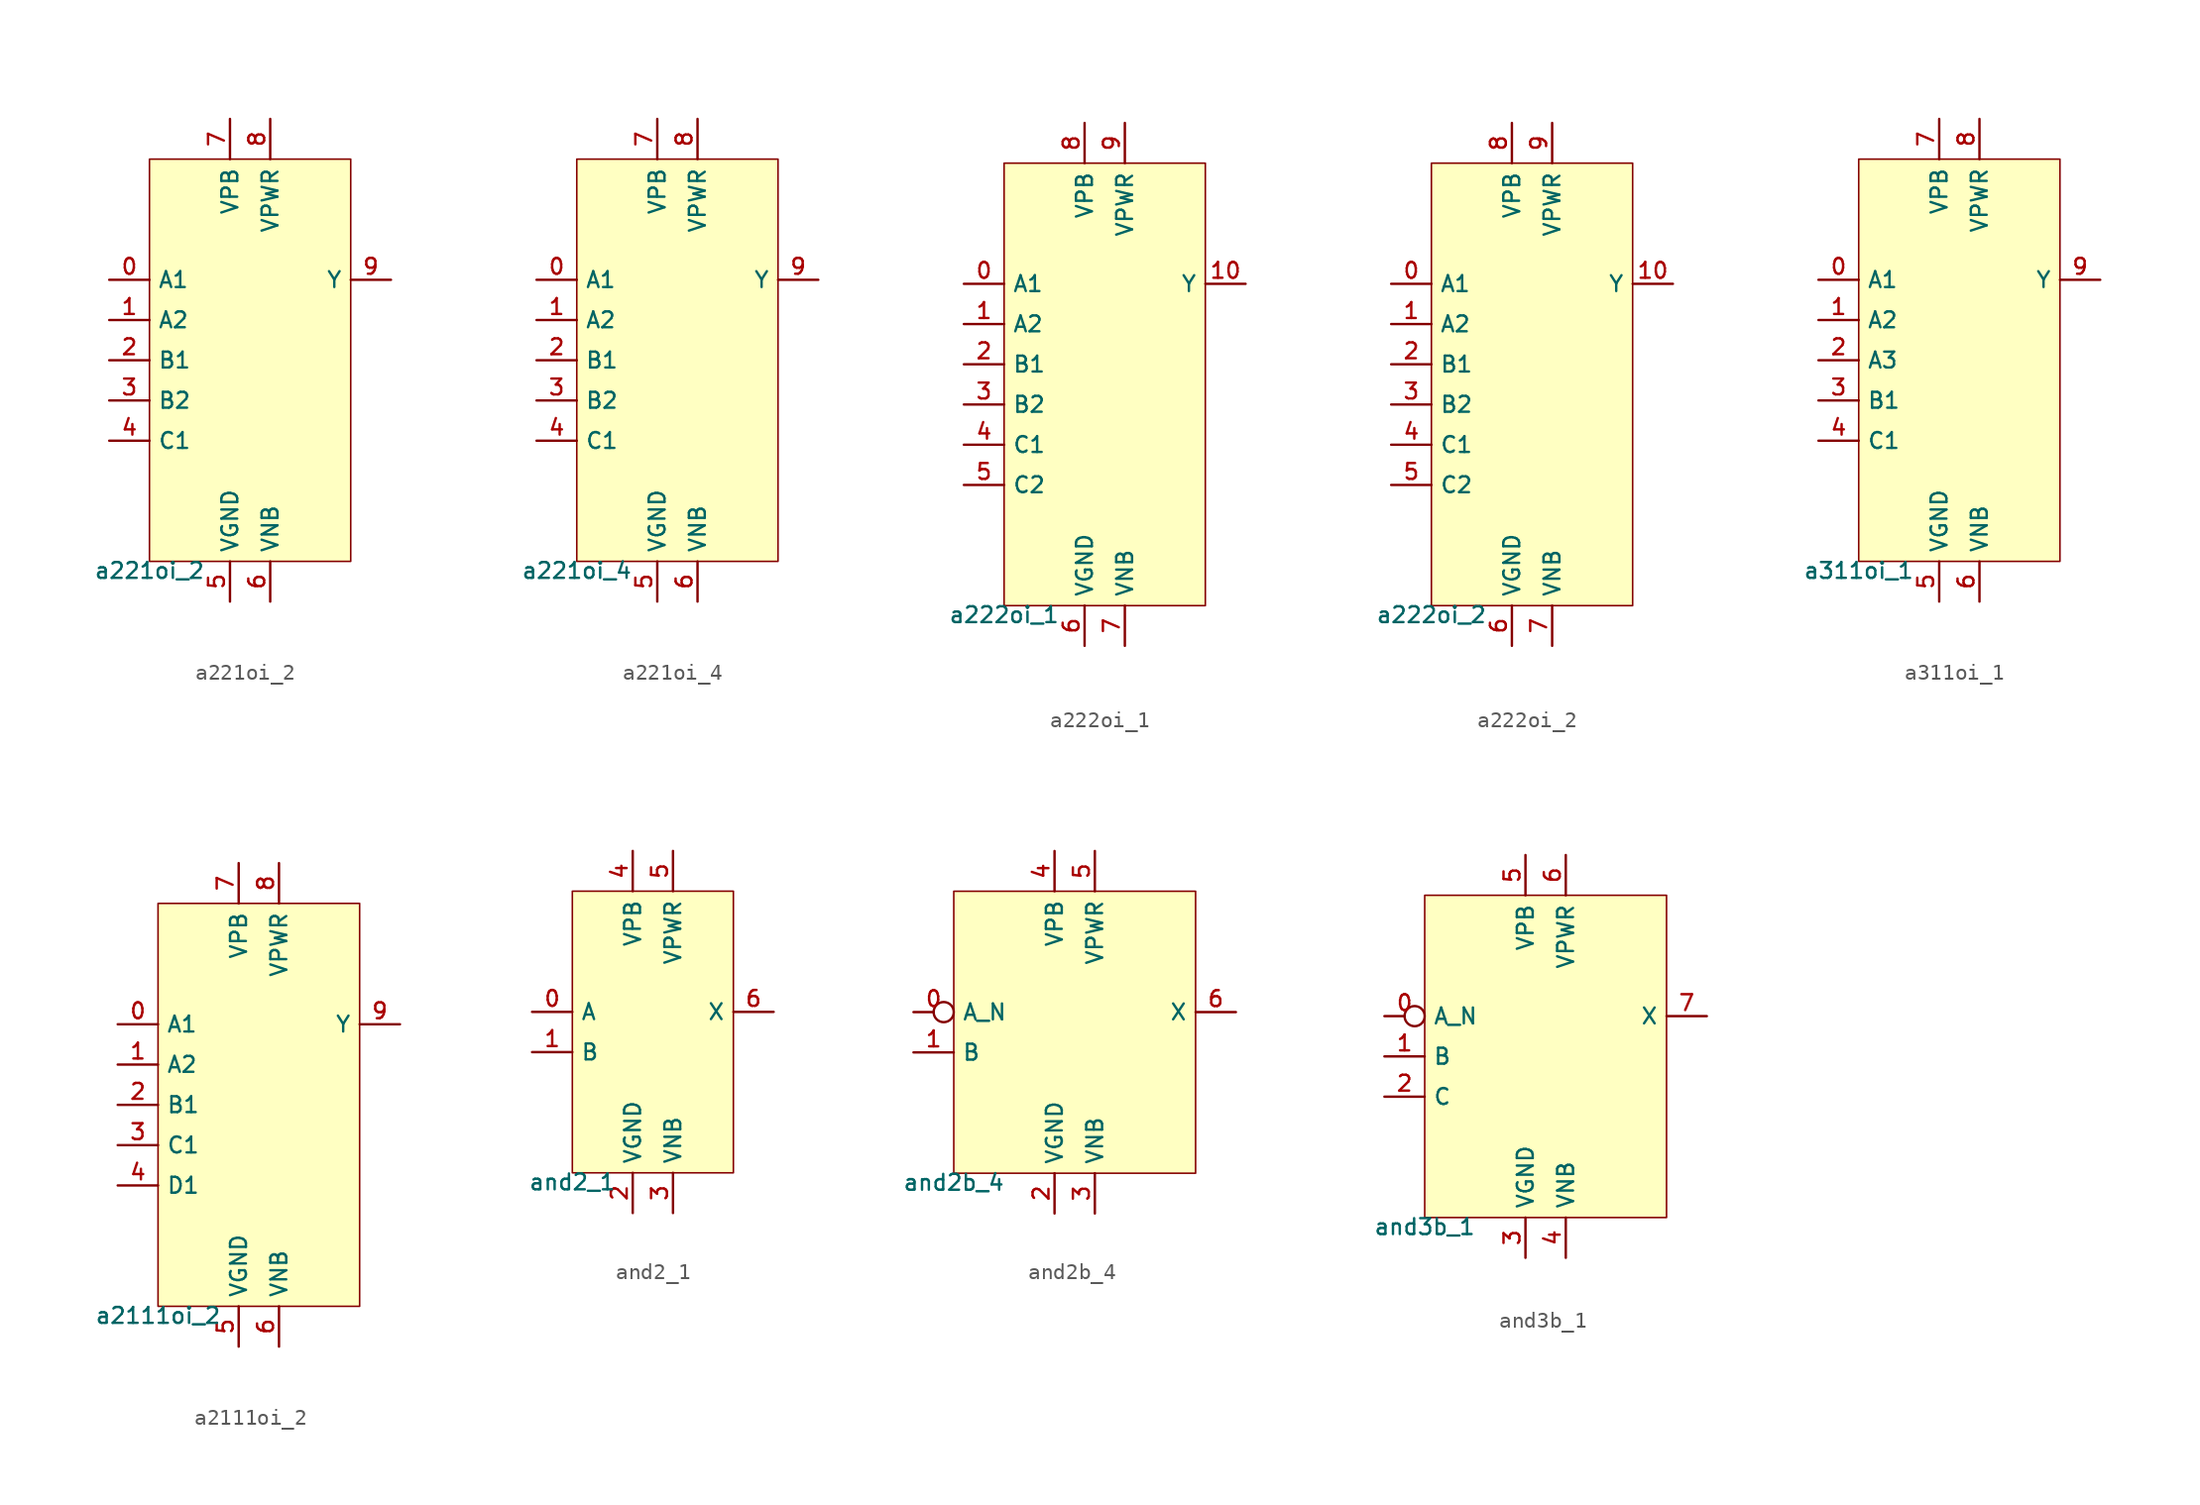
<source format=kicad_sym>
(kicad_symbol_lib
  (version 20211014)
  (generator lef2kicad_sym)
  (symbol "a221oi_2"
    (property "Reference" "CELL"
      (at 0 0 0)
      (effects (font (size 1 1)) hide))
    (property "Value" "a221oi_2"
      (at -6.35 -12.7 0)
      (effects (font (size 1 1)) (justify top)))
    (rectangle
      (start -6.35 -12.7)
      (end 6.35 12.7)
      (stroke (width 0.1) (type solid) (color 0 0 0 0))
      (fill (type background)))
    (pin input line
      (at -8.89 5.08 0)
      (length 2.54)
      (name "A1" (effects (font (size 1 1)) hide))
      (number "0" (effects (font (size 1 1)) hide)))
    (pin input line
      (at -8.89 2.54 0)
      (length 2.54)
      (name "A2" (effects (font (size 1 1)) hide))
      (number "1" (effects (font (size 1 1)) hide)))
    (pin input line
      (at -8.89 -8.881784197001252e-16 0)
      (length 2.54)
      (name "B1" (effects (font (size 1 1)) hide))
      (number "2" (effects (font (size 1 1)) hide)))
    (pin input line
      (at -8.89 -2.54 0)
      (length 2.54)
      (name "B2" (effects (font (size 1 1)) hide))
      (number "3" (effects (font (size 1 1)) hide)))
    (pin input line
      (at -8.89 -5.08 0)
      (length 2.54)
      (name "C1" (effects (font (size 1 1)) hide))
      (number "4" (effects (font (size 1 1)) hide)))
    (pin power_in line
      (at -1.27 -15.24 90)
      (length 2.54)
      (name "VGND" (effects (font (size 1 1)) hide))
      (number "5" (effects (font (size 1 1)) hide)))
    (pin power_in line
      (at 1.27 -15.24 90)
      (length 2.54)
      (name "VNB" (effects (font (size 1 1)) hide))
      (number "6" (effects (font (size 1 1)) hide)))
    (pin power_in line
      (at -1.27 15.24 270)
      (length 2.54)
      (name "VPB" (effects (font (size 1 1)) hide))
      (number "7" (effects (font (size 1 1)) hide)))
    (pin power_in line
      (at 1.27 15.24 270)
      (length 2.54)
      (name "VPWR" (effects (font (size 1 1)) hide))
      (number "8" (effects (font (size 1 1)) hide)))
    (pin output line
      (at 8.89 5.08 180)
      (length 2.54)
      (name "Y" (effects (font (size 1 1)) hide))
      (number "9" (effects (font (size 1 1)) hide))))
  (symbol "a221oi_4"
    (property "Reference" "CELL"
      (at 0 0 0)
      (effects (font (size 1 1)) hide))
    (property "Value" "a221oi_4"
      (at -6.35 -12.7 0)
      (effects (font (size 1 1)) (justify top)))
    (rectangle
      (start -6.35 -12.7)
      (end 6.35 12.7)
      (stroke (width 0.1) (type solid) (color 0 0 0 0))
      (fill (type background)))
    (pin input line
      (at -8.89 5.08 0)
      (length 2.54)
      (name "A1" (effects (font (size 1 1)) hide))
      (number "0" (effects (font (size 1 1)) hide)))
    (pin input line
      (at -8.89 2.54 0)
      (length 2.54)
      (name "A2" (effects (font (size 1 1)) hide))
      (number "1" (effects (font (size 1 1)) hide)))
    (pin input line
      (at -8.89 -8.881784197001252e-16 0)
      (length 2.54)
      (name "B1" (effects (font (size 1 1)) hide))
      (number "2" (effects (font (size 1 1)) hide)))
    (pin input line
      (at -8.89 -2.54 0)
      (length 2.54)
      (name "B2" (effects (font (size 1 1)) hide))
      (number "3" (effects (font (size 1 1)) hide)))
    (pin input line
      (at -8.89 -5.08 0)
      (length 2.54)
      (name "C1" (effects (font (size 1 1)) hide))
      (number "4" (effects (font (size 1 1)) hide)))
    (pin power_in line
      (at -1.27 -15.24 90)
      (length 2.54)
      (name "VGND" (effects (font (size 1 1)) hide))
      (number "5" (effects (font (size 1 1)) hide)))
    (pin power_in line
      (at 1.27 -15.24 90)
      (length 2.54)
      (name "VNB" (effects (font (size 1 1)) hide))
      (number "6" (effects (font (size 1 1)) hide)))
    (pin power_in line
      (at -1.27 15.24 270)
      (length 2.54)
      (name "VPB" (effects (font (size 1 1)) hide))
      (number "7" (effects (font (size 1 1)) hide)))
    (pin power_in line
      (at 1.27 15.24 270)
      (length 2.54)
      (name "VPWR" (effects (font (size 1 1)) hide))
      (number "8" (effects (font (size 1 1)) hide)))
    (pin output line
      (at 8.89 5.08 180)
      (length 2.54)
      (name "Y" (effects (font (size 1 1)) hide))
      (number "9" (effects (font (size 1 1)) hide))))
  (symbol "a222oi_1"
    (property "Reference" "CELL"
      (at 0 0 0)
      (effects (font (size 1 1)) hide))
    (property "Value" "a222oi_1"
      (at -6.35 -13.97 0)
      (effects (font (size 1 1)) (justify top)))
    (rectangle
      (start -6.35 -13.97)
      (end 6.35 13.97)
      (stroke (width 0.1) (type solid) (color 0 0 0 0))
      (fill (type background)))
    (pin input line
      (at -8.89 6.35 0)
      (length 2.54)
      (name "A1" (effects (font (size 1 1)) hide))
      (number "0" (effects (font (size 1 1)) hide)))
    (pin input line
      (at -8.89 3.81 0)
      (length 2.54)
      (name "A2" (effects (font (size 1 1)) hide))
      (number "1" (effects (font (size 1 1)) hide)))
    (pin input line
      (at -8.89 1.27 0)
      (length 2.54)
      (name "B1" (effects (font (size 1 1)) hide))
      (number "2" (effects (font (size 1 1)) hide)))
    (pin input line
      (at -8.89 -1.27 0)
      (length 2.54)
      (name "B2" (effects (font (size 1 1)) hide))
      (number "3" (effects (font (size 1 1)) hide)))
    (pin input line
      (at -8.89 -3.81 0)
      (length 2.54)
      (name "C1" (effects (font (size 1 1)) hide))
      (number "4" (effects (font (size 1 1)) hide)))
    (pin input line
      (at -8.89 -6.35 0)
      (length 2.54)
      (name "C2" (effects (font (size 1 1)) hide))
      (number "5" (effects (font (size 1 1)) hide)))
    (pin power_in line
      (at -1.27 -16.51 90)
      (length 2.54)
      (name "VGND" (effects (font (size 1 1)) hide))
      (number "6" (effects (font (size 1 1)) hide)))
    (pin power_in line
      (at 1.27 -16.51 90)
      (length 2.54)
      (name "VNB" (effects (font (size 1 1)) hide))
      (number "7" (effects (font (size 1 1)) hide)))
    (pin power_in line
      (at -1.27 16.51 270)
      (length 2.54)
      (name "VPB" (effects (font (size 1 1)) hide))
      (number "8" (effects (font (size 1 1)) hide)))
    (pin power_in line
      (at 1.27 16.51 270)
      (length 2.54)
      (name "VPWR" (effects (font (size 1 1)) hide))
      (number "9" (effects (font (size 1 1)) hide)))
    (pin output line
      (at 8.89 6.35 180)
      (length 2.54)
      (name "Y" (effects (font (size 1 1)) hide))
      (number "10" (effects (font (size 1 1)) hide))))
  (symbol "a222oi_2"
    (property "Reference" "CELL"
      (at 0 0 0)
      (effects (font (size 1 1)) hide))
    (property "Value" "a222oi_2"
      (at -6.35 -13.97 0)
      (effects (font (size 1 1)) (justify top)))
    (rectangle
      (start -6.35 -13.97)
      (end 6.35 13.97)
      (stroke (width 0.1) (type solid) (color 0 0 0 0))
      (fill (type background)))
    (pin input line
      (at -8.89 6.35 0)
      (length 2.54)
      (name "A1" (effects (font (size 1 1)) hide))
      (number "0" (effects (font (size 1 1)) hide)))
    (pin input line
      (at -8.89 3.81 0)
      (length 2.54)
      (name "A2" (effects (font (size 1 1)) hide))
      (number "1" (effects (font (size 1 1)) hide)))
    (pin input line
      (at -8.89 1.27 0)
      (length 2.54)
      (name "B1" (effects (font (size 1 1)) hide))
      (number "2" (effects (font (size 1 1)) hide)))
    (pin input line
      (at -8.89 -1.27 0)
      (length 2.54)
      (name "B2" (effects (font (size 1 1)) hide))
      (number "3" (effects (font (size 1 1)) hide)))
    (pin input line
      (at -8.89 -3.81 0)
      (length 2.54)
      (name "C1" (effects (font (size 1 1)) hide))
      (number "4" (effects (font (size 1 1)) hide)))
    (pin input line
      (at -8.89 -6.35 0)
      (length 2.54)
      (name "C2" (effects (font (size 1 1)) hide))
      (number "5" (effects (font (size 1 1)) hide)))
    (pin power_in line
      (at -1.27 -16.51 90)
      (length 2.54)
      (name "VGND" (effects (font (size 1 1)) hide))
      (number "6" (effects (font (size 1 1)) hide)))
    (pin power_in line
      (at 1.27 -16.51 90)
      (length 2.54)
      (name "VNB" (effects (font (size 1 1)) hide))
      (number "7" (effects (font (size 1 1)) hide)))
    (pin power_in line
      (at -1.27 16.51 270)
      (length 2.54)
      (name "VPB" (effects (font (size 1 1)) hide))
      (number "8" (effects (font (size 1 1)) hide)))
    (pin power_in line
      (at 1.27 16.51 270)
      (length 2.54)
      (name "VPWR" (effects (font (size 1 1)) hide))
      (number "9" (effects (font (size 1 1)) hide)))
    (pin output line
      (at 8.89 6.35 180)
      (length 2.54)
      (name "Y" (effects (font (size 1 1)) hide))
      (number "10" (effects (font (size 1 1)) hide))))
  (symbol "a311oi_1"
    (property "Reference" "CELL"
      (at 0 0 0)
      (effects (font (size 1 1)) hide))
    (property "Value" "a311oi_1"
      (at -6.35 -12.7 0)
      (effects (font (size 1 1)) (justify top)))
    (rectangle
      (start -6.35 -12.7)
      (end 6.35 12.7)
      (stroke (width 0.1) (type solid) (color 0 0 0 0))
      (fill (type background)))
    (pin input line
      (at -8.89 5.08 0)
      (length 2.54)
      (name "A1" (effects (font (size 1 1)) hide))
      (number "0" (effects (font (size 1 1)) hide)))
    (pin input line
      (at -8.89 2.54 0)
      (length 2.54)
      (name "A2" (effects (font (size 1 1)) hide))
      (number "1" (effects (font (size 1 1)) hide)))
    (pin input line
      (at -8.89 -8.881784197001252e-16 0)
      (length 2.54)
      (name "A3" (effects (font (size 1 1)) hide))
      (number "2" (effects (font (size 1 1)) hide)))
    (pin input line
      (at -8.89 -2.54 0)
      (length 2.54)
      (name "B1" (effects (font (size 1 1)) hide))
      (number "3" (effects (font (size 1 1)) hide)))
    (pin input line
      (at -8.89 -5.08 0)
      (length 2.54)
      (name "C1" (effects (font (size 1 1)) hide))
      (number "4" (effects (font (size 1 1)) hide)))
    (pin power_in line
      (at -1.27 -15.24 90)
      (length 2.54)
      (name "VGND" (effects (font (size 1 1)) hide))
      (number "5" (effects (font (size 1 1)) hide)))
    (pin power_in line
      (at 1.27 -15.24 90)
      (length 2.54)
      (name "VNB" (effects (font (size 1 1)) hide))
      (number "6" (effects (font (size 1 1)) hide)))
    (pin power_in line
      (at -1.27 15.24 270)
      (length 2.54)
      (name "VPB" (effects (font (size 1 1)) hide))
      (number "7" (effects (font (size 1 1)) hide)))
    (pin power_in line
      (at 1.27 15.24 270)
      (length 2.54)
      (name "VPWR" (effects (font (size 1 1)) hide))
      (number "8" (effects (font (size 1 1)) hide)))
    (pin output line
      (at 8.89 5.08 180)
      (length 2.54)
      (name "Y" (effects (font (size 1 1)) hide))
      (number "9" (effects (font (size 1 1)) hide))))
  (symbol "a2111oi_2"
    (property "Reference" "CELL"
      (at 0 0 0)
      (effects (font (size 1 1)) hide))
    (property "Value" "a2111oi_2"
      (at -6.35 -12.7 0)
      (effects (font (size 1 1)) (justify top)))
    (rectangle
      (start -6.35 -12.7)
      (end 6.35 12.7)
      (stroke (width 0.1) (type solid) (color 0 0 0 0))
      (fill (type background)))
    (pin input line
      (at -8.89 5.08 0)
      (length 2.54)
      (name "A1" (effects (font (size 1 1)) hide))
      (number "0" (effects (font (size 1 1)) hide)))
    (pin input line
      (at -8.89 2.54 0)
      (length 2.54)
      (name "A2" (effects (font (size 1 1)) hide))
      (number "1" (effects (font (size 1 1)) hide)))
    (pin input line
      (at -8.89 -8.881784197001252e-16 0)
      (length 2.54)
      (name "B1" (effects (font (size 1 1)) hide))
      (number "2" (effects (font (size 1 1)) hide)))
    (pin input line
      (at -8.89 -2.54 0)
      (length 2.54)
      (name "C1" (effects (font (size 1 1)) hide))
      (number "3" (effects (font (size 1 1)) hide)))
    (pin input line
      (at -8.89 -5.08 0)
      (length 2.54)
      (name "D1" (effects (font (size 1 1)) hide))
      (number "4" (effects (font (size 1 1)) hide)))
    (pin power_in line
      (at -1.27 -15.24 90)
      (length 2.54)
      (name "VGND" (effects (font (size 1 1)) hide))
      (number "5" (effects (font (size 1 1)) hide)))
    (pin power_in line
      (at 1.27 -15.24 90)
      (length 2.54)
      (name "VNB" (effects (font (size 1 1)) hide))
      (number "6" (effects (font (size 1 1)) hide)))
    (pin power_in line
      (at -1.27 15.24 270)
      (length 2.54)
      (name "VPB" (effects (font (size 1 1)) hide))
      (number "7" (effects (font (size 1 1)) hide)))
    (pin power_in line
      (at 1.27 15.24 270)
      (length 2.54)
      (name "VPWR" (effects (font (size 1 1)) hide))
      (number "8" (effects (font (size 1 1)) hide)))
    (pin output line
      (at 8.89 5.08 180)
      (length 2.54)
      (name "Y" (effects (font (size 1 1)) hide))
      (number "9" (effects (font (size 1 1)) hide))))
  (symbol "and2_1"
    (property "Reference" "CELL"
      (at 0 0 0)
      (effects (font (size 1 1)) hide))
    (property "Value" "and2_1"
      (at -5.08 -8.89 0)
      (effects (font (size 1 1)) (justify top)))
    (rectangle
      (start -5.08 -8.89)
      (end 5.08 8.89)
      (stroke (width 0.1) (type solid) (color 0 0 0 0))
      (fill (type background)))
    (pin input line
      (at -7.62 1.27 0)
      (length 2.54)
      (name "A" (effects (font (size 1 1)) hide))
      (number "0" (effects (font (size 1 1)) hide)))
    (pin input line
      (at -7.62 -1.27 0)
      (length 2.54)
      (name "B" (effects (font (size 1 1)) hide))
      (number "1" (effects (font (size 1 1)) hide)))
    (pin power_in line
      (at -1.27 -11.43 90)
      (length 2.54)
      (name "VGND" (effects (font (size 1 1)) hide))
      (number "2" (effects (font (size 1 1)) hide)))
    (pin power_in line
      (at 1.27 -11.43 90)
      (length 2.54)
      (name "VNB" (effects (font (size 1 1)) hide))
      (number "3" (effects (font (size 1 1)) hide)))
    (pin power_in line
      (at -1.27 11.43 270)
      (length 2.54)
      (name "VPB" (effects (font (size 1 1)) hide))
      (number "4" (effects (font (size 1 1)) hide)))
    (pin power_in line
      (at 1.27 11.43 270)
      (length 2.54)
      (name "VPWR" (effects (font (size 1 1)) hide))
      (number "5" (effects (font (size 1 1)) hide)))
    (pin output line
      (at 7.62 1.27 180)
      (length 2.54)
      (name "X" (effects (font (size 1 1)) hide))
      (number "6" (effects (font (size 1 1)) hide))))
  (symbol "and2b_4"
    (property "Reference" "CELL"
      (at 0 0 0)
      (effects (font (size 1 1)) hide))
    (property "Value" "and2b_4"
      (at -7.62 -8.89 0)
      (effects (font (size 1 1)) (justify top)))
    (rectangle
      (start -7.62 -8.89)
      (end 7.62 8.89)
      (stroke (width 0.1) (type solid) (color 0 0 0 0))
      (fill (type background)))
    (pin input inverted
      (at -10.16 1.27 0)
      (length 2.54)
      (name "A_N" (effects (font (size 1 1)) hide))
      (number "0" (effects (font (size 1 1)) hide)))
    (pin input line
      (at -10.16 -1.27 0)
      (length 2.54)
      (name "B" (effects (font (size 1 1)) hide))
      (number "1" (effects (font (size 1 1)) hide)))
    (pin power_in line
      (at -1.27 -11.43 90)
      (length 2.54)
      (name "VGND" (effects (font (size 1 1)) hide))
      (number "2" (effects (font (size 1 1)) hide)))
    (pin power_in line
      (at 1.27 -11.43 90)
      (length 2.54)
      (name "VNB" (effects (font (size 1 1)) hide))
      (number "3" (effects (font (size 1 1)) hide)))
    (pin power_in line
      (at -1.27 11.43 270)
      (length 2.54)
      (name "VPB" (effects (font (size 1 1)) hide))
      (number "4" (effects (font (size 1 1)) hide)))
    (pin power_in line
      (at 1.27 11.43 270)
      (length 2.54)
      (name "VPWR" (effects (font (size 1 1)) hide))
      (number "5" (effects (font (size 1 1)) hide)))
    (pin output line
      (at 10.16 1.27 180)
      (length 2.54)
      (name "X" (effects (font (size 1 1)) hide))
      (number "6" (effects (font (size 1 1)) hide))))
  (symbol "and3b_1"
    (property "Reference" "CELL"
      (at 0 0 0)
      (effects (font (size 1 1)) hide))
    (property "Value" "and3b_1"
      (at -7.62 -10.16 0)
      (effects (font (size 1 1)) (justify top)))
    (rectangle
      (start -7.62 -10.16)
      (end 7.62 10.16)
      (stroke (width 0.1) (type solid) (color 0 0 0 0))
      (fill (type background)))
    (pin input inverted
      (at -10.16 2.54 0)
      (length 2.54)
      (name "A_N" (effects (font (size 1 1)) hide))
      (number "0" (effects (font (size 1 1)) hide)))
    (pin input line
      (at -10.16 0.0 0)
      (length 2.54)
      (name "B" (effects (font (size 1 1)) hide))
      (number "1" (effects (font (size 1 1)) hide)))
    (pin input line
      (at -10.16 -2.54 0)
      (length 2.54)
      (name "C" (effects (font (size 1 1)) hide))
      (number "2" (effects (font (size 1 1)) hide)))
    (pin power_in line
      (at -1.27 -12.7 90)
      (length 2.54)
      (name "VGND" (effects (font (size 1 1)) hide))
      (number "3" (effects (font (size 1 1)) hide)))
    (pin power_in line
      (at 1.27 -12.7 90)
      (length 2.54)
      (name "VNB" (effects (font (size 1 1)) hide))
      (number "4" (effects (font (size 1 1)) hide)))
    (pin power_in line
      (at -1.27 12.7 270)
      (length 2.54)
      (name "VPB" (effects (font (size 1 1)) hide))
      (number "5" (effects (font (size 1 1)) hide)))
    (pin power_in line
      (at 1.27 12.7 270)
      (length 2.54)
      (name "VPWR" (effects (font (size 1 1)) hide))
      (number "6" (effects (font (size 1 1)) hide)))
    (pin output line
      (at 10.16 2.54 180)
      (length 2.54)
      (name "X" (effects (font (size 1 1)) hide))
      (number "7" (effects (font (size 1 1)) hide)))))
</source>
